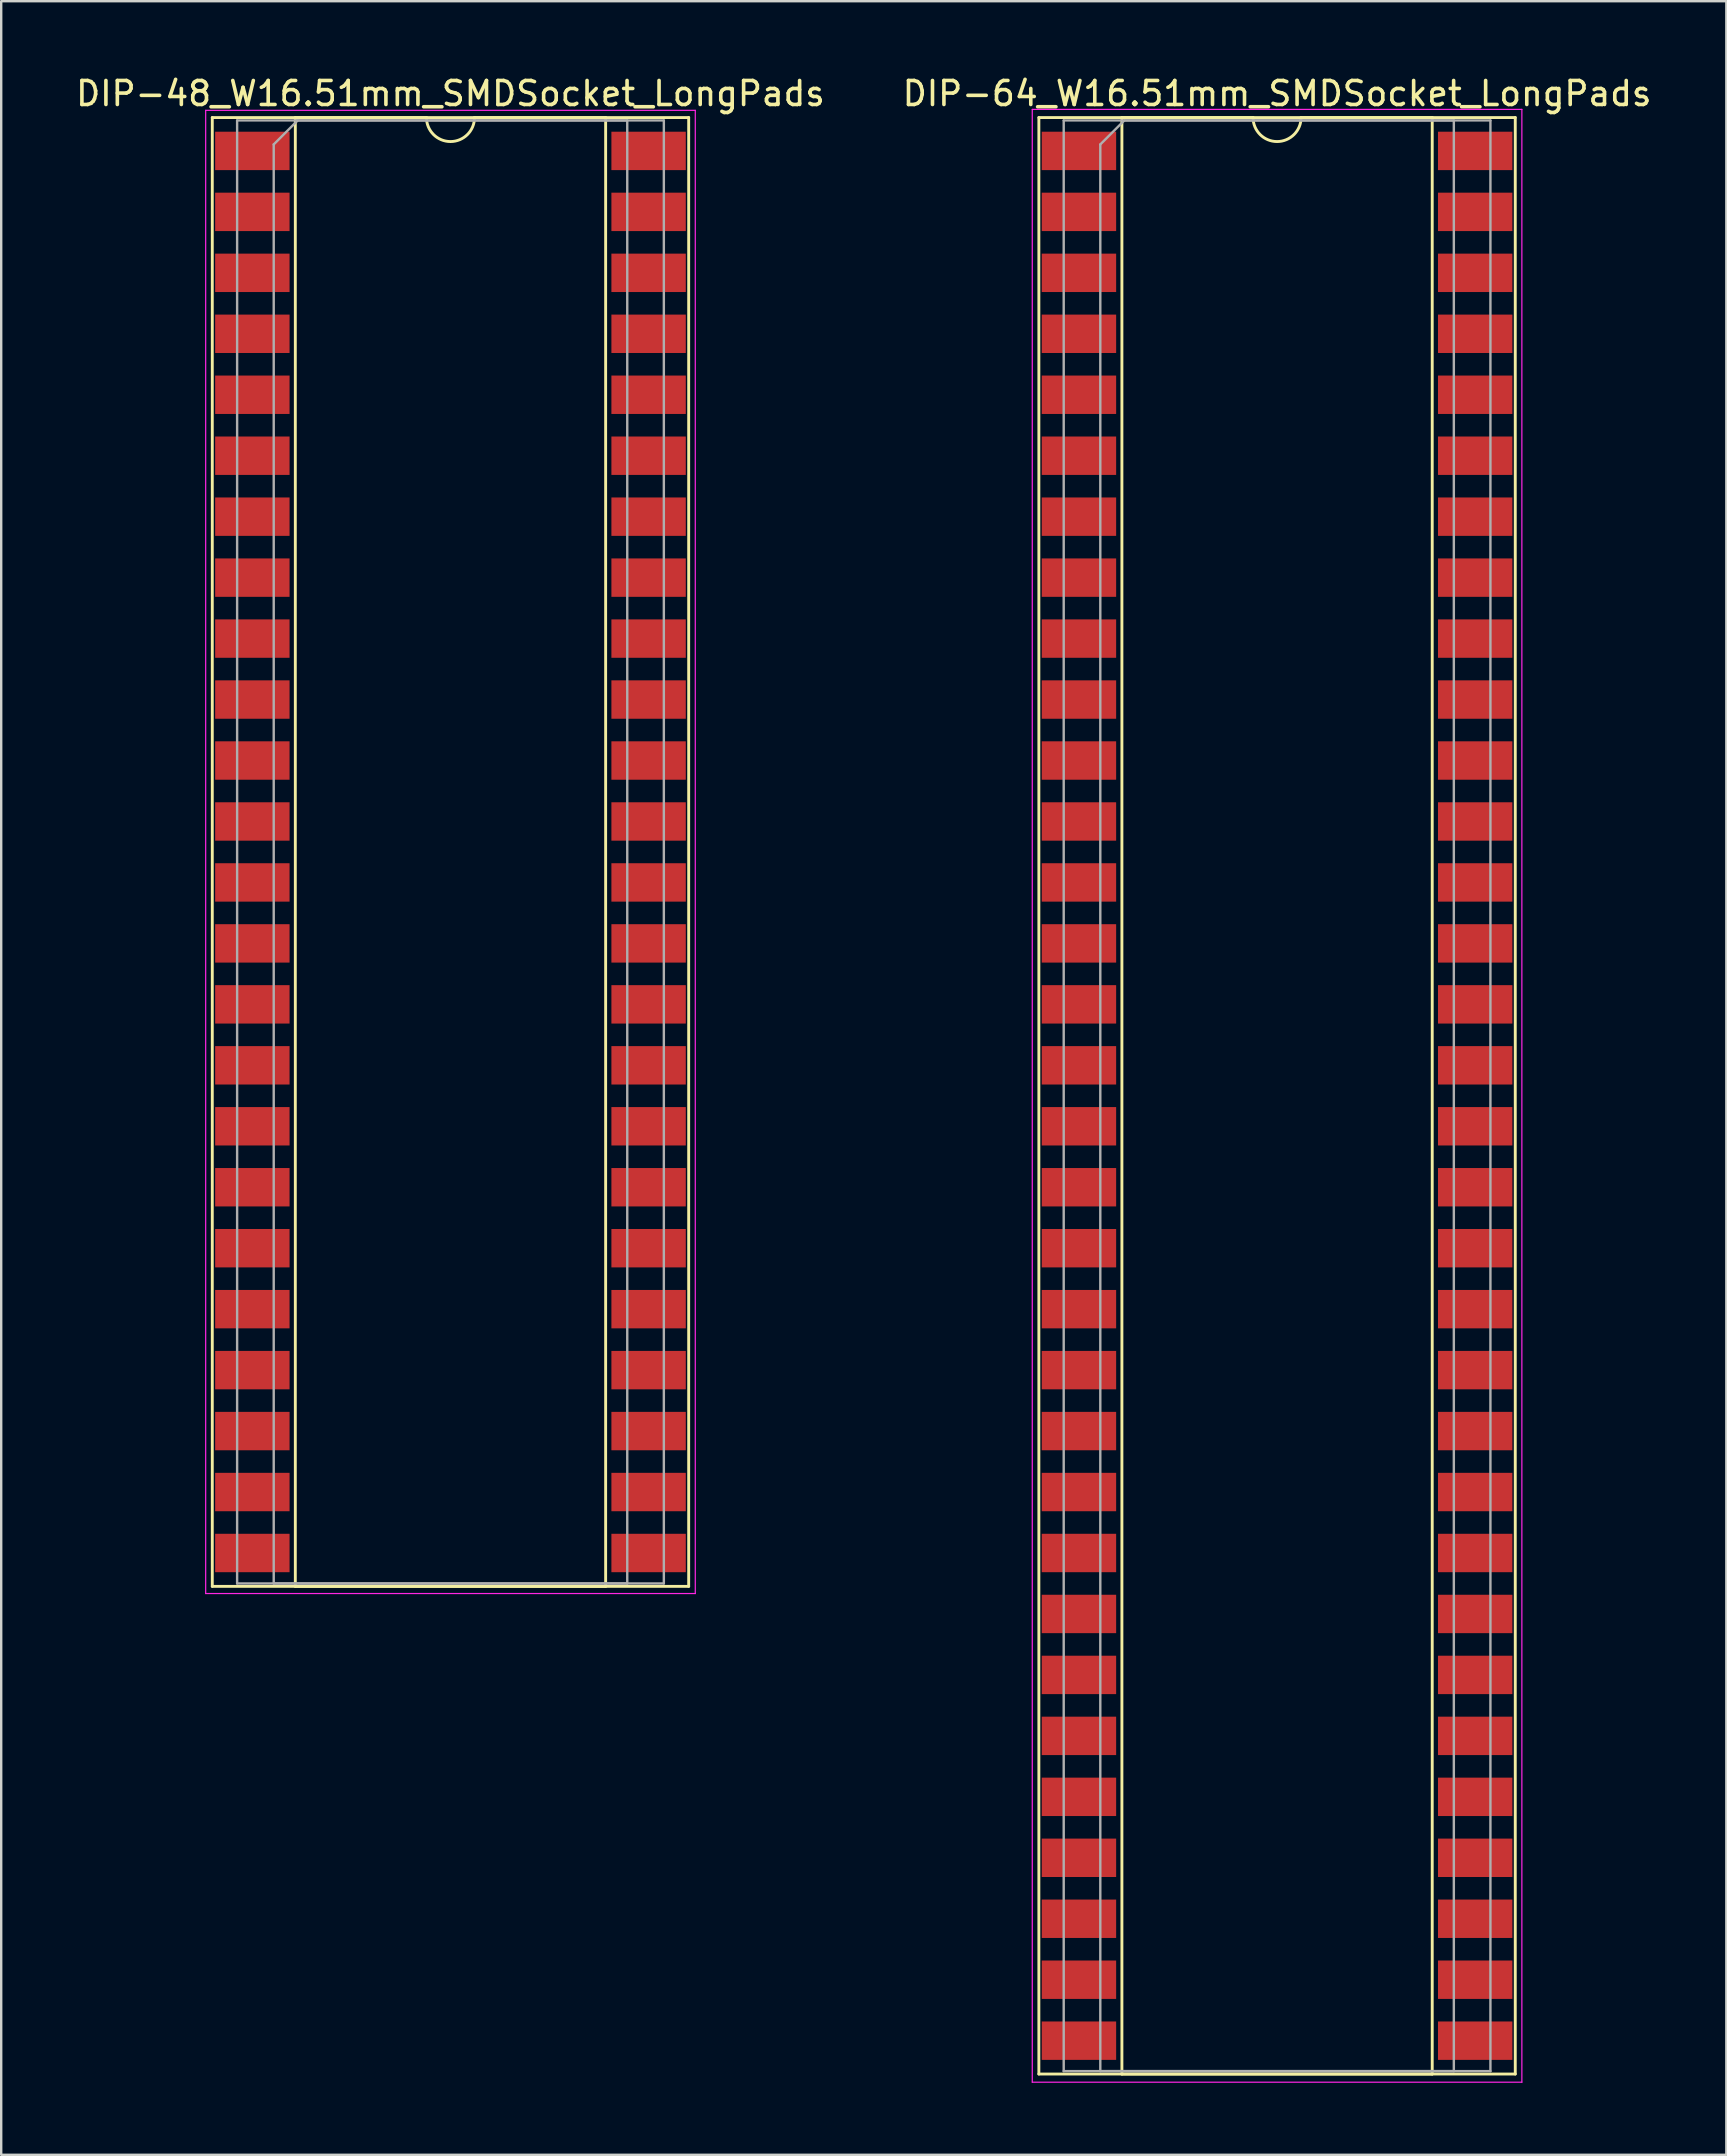
<source format=kicad_pcb>
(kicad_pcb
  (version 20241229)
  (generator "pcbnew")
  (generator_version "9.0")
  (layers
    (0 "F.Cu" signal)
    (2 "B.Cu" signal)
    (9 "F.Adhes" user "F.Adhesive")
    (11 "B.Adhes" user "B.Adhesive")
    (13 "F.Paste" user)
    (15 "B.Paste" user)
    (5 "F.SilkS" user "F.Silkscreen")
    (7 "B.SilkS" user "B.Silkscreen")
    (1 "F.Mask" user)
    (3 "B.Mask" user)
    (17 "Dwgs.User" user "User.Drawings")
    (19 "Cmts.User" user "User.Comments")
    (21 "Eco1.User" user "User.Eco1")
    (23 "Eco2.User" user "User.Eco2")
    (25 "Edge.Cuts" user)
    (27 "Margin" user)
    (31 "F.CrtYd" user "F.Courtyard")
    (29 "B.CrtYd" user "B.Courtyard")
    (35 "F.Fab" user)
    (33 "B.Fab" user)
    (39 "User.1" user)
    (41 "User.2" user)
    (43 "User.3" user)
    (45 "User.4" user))
  (footprint "DIP-48_W16.51mm_SMDSocket_LongPads"
    (layer "F.Cu")
    (at 15.72 32.448)
    (property "Reference" "DIP-48_W16.51mm_SMDSocket_LongPads" (at 0 -31.6 0) (layer "F.SilkS") (effects (font (size 1 1) (thickness 0.15))))
    (attr smd)
    (fp_line (start -9.925 -30.6) (end -9.925 30.6) (stroke (width 0.12) (type solid)) (layer "F.SilkS"))
    (fp_line (start -9.925 30.6) (end 9.925 30.6) (stroke (width 0.12) (type solid)) (layer "F.SilkS"))
    (fp_line (start -6.465 -30.6) (end -6.465 30.6) (stroke (width 0.12) (type solid)) (layer "F.SilkS"))
    (fp_line (start -6.465 30.6) (end 6.465 30.6) (stroke (width 0.12) (type solid)) (layer "F.SilkS"))
    (fp_line (start -1 -30.6) (end -6.465 -30.6) (stroke (width 0.12) (type solid)) (layer "F.SilkS"))
    (fp_line (start 6.465 -30.6) (end 1 -30.6) (stroke (width 0.12) (type solid)) (layer "F.SilkS"))
    (fp_line (start 6.465 30.6) (end 6.465 -30.6) (stroke (width 0.12) (type solid)) (layer "F.SilkS"))
    (fp_line (start 9.925 -30.6) (end -9.925 -30.6) (stroke (width 0.12) (type solid)) (layer "F.SilkS"))
    (fp_line (start 9.925 30.6) (end 9.925 -30.6) (stroke (width 0.12) (type solid)) (layer "F.SilkS"))
    (fp_arc (start 1 -30.6) (mid 0 -29.6) (end -1 -30.6) (stroke (width 0.12) (type solid)) (layer "F.SilkS"))
    (fp_line (start -10.2 -30.9) (end -10.2 30.9) (stroke (width 0.05) (type solid)) (layer "F.CrtYd"))
    (fp_line (start -10.2 30.9) (end 10.2 30.9) (stroke (width 0.05) (type solid)) (layer "F.CrtYd"))
    (fp_line (start 10.2 -30.9) (end -10.2 -30.9) (stroke (width 0.05) (type solid)) (layer "F.CrtYd"))
    (fp_line (start 10.2 30.9) (end 10.2 -30.9) (stroke (width 0.05) (type solid)) (layer "F.CrtYd"))
    (fp_line (start -8.89 -30.48) (end -8.89 30.48) (stroke (width 0.1) (type solid)) (layer "F.Fab"))
    (fp_line (start -8.89 30.48) (end 8.89 30.48) (stroke (width 0.1) (type solid)) (layer "F.Fab"))
    (fp_line (start -7.365 -29.48) (end -6.365 -30.48) (stroke (width 0.1) (type solid)) (layer "F.Fab"))
    (fp_line (start -7.365 30.48) (end -7.365 -29.48) (stroke (width 0.1) (type solid)) (layer "F.Fab"))
    (fp_line (start -6.365 -30.48) (end 7.365 -30.48) (stroke (width 0.1) (type solid)) (layer "F.Fab"))
    (fp_line (start 7.365 -30.48) (end 7.365 30.48) (stroke (width 0.1) (type solid)) (layer "F.Fab"))
    (fp_line (start 7.365 30.48) (end -7.365 30.48) (stroke (width 0.1) (type solid)) (layer "F.Fab"))
    (fp_line (start 8.89 -30.48) (end -8.89 -30.48) (stroke (width 0.1) (type solid)) (layer "F.Fab"))
    (fp_line (start 8.89 30.48) (end 8.89 -30.48) (stroke (width 0.1) (type solid)) (layer "F.Fab"))
    (pad "1" smd rect (at -8.255 -29.21) (size 3.1 1.6) (layers "F.Cu" "F.Mask"))
    (pad "2" smd rect (at -8.255 -26.67) (size 3.1 1.6) (layers "F.Cu" "F.Mask"))
    (pad "3" smd rect (at -8.255 -24.13) (size 3.1 1.6) (layers "F.Cu" "F.Mask"))
    (pad "4" smd rect (at -8.255 -21.59) (size 3.1 1.6) (layers "F.Cu" "F.Mask"))
    (pad "5" smd rect (at -8.255 -19.05) (size 3.1 1.6) (layers "F.Cu" "F.Mask"))
    (pad "6" smd rect (at -8.255 -16.51) (size 3.1 1.6) (layers "F.Cu" "F.Mask"))
    (pad "7" smd rect (at -8.255 -13.97) (size 3.1 1.6) (layers "F.Cu" "F.Mask"))
    (pad "8" smd rect (at -8.255 -11.43) (size 3.1 1.6) (layers "F.Cu" "F.Mask"))
    (pad "9" smd rect (at -8.255 -8.89) (size 3.1 1.6) (layers "F.Cu" "F.Mask"))
    (pad "10" smd rect (at -8.255 -6.35) (size 3.1 1.6) (layers "F.Cu" "F.Mask"))
    (pad "11" smd rect (at -8.255 -3.81) (size 3.1 1.6) (layers "F.Cu" "F.Mask"))
    (pad "12" smd rect (at -8.255 -1.27) (size 3.1 1.6) (layers "F.Cu" "F.Mask"))
    (pad "13" smd rect (at -8.255 1.27) (size 3.1 1.6) (layers "F.Cu" "F.Mask"))
    (pad "14" smd rect (at -8.255 3.81) (size 3.1 1.6) (layers "F.Cu" "F.Mask"))
    (pad "15" smd rect (at -8.255 6.35) (size 3.1 1.6) (layers "F.Cu" "F.Mask"))
    (pad "16" smd rect (at -8.255 8.89) (size 3.1 1.6) (layers "F.Cu" "F.Mask"))
    (pad "17" smd rect (at -8.255 11.43) (size 3.1 1.6) (layers "F.Cu" "F.Mask"))
    (pad "18" smd rect (at -8.255 13.97) (size 3.1 1.6) (layers "F.Cu" "F.Mask"))
    (pad "19" smd rect (at -8.255 16.51) (size 3.1 1.6) (layers "F.Cu" "F.Mask"))
    (pad "20" smd rect (at -8.255 19.05) (size 3.1 1.6) (layers "F.Cu" "F.Mask"))
    (pad "21" smd rect (at -8.255 21.59) (size 3.1 1.6) (layers "F.Cu" "F.Mask"))
    (pad "22" smd rect (at -8.255 24.13) (size 3.1 1.6) (layers "F.Cu" "F.Mask"))
    (pad "23" smd rect (at -8.255 26.67) (size 3.1 1.6) (layers "F.Cu" "F.Mask"))
    (pad "24" smd rect (at -8.255 29.21) (size 3.1 1.6) (layers "F.Cu" "F.Mask"))
    (pad "25" smd rect (at 8.255 29.21) (size 3.1 1.6) (layers "F.Cu" "F.Mask"))
    (pad "26" smd rect (at 8.255 26.67) (size 3.1 1.6) (layers "F.Cu" "F.Mask"))
    (pad "27" smd rect (at 8.255 24.13) (size 3.1 1.6) (layers "F.Cu" "F.Mask"))
    (pad "28" smd rect (at 8.255 21.59) (size 3.1 1.6) (layers "F.Cu" "F.Mask"))
    (pad "29" smd rect (at 8.255 19.05) (size 3.1 1.6) (layers "F.Cu" "F.Mask"))
    (pad "30" smd rect (at 8.255 16.51) (size 3.1 1.6) (layers "F.Cu" "F.Mask"))
    (pad "31" smd rect (at 8.255 13.97) (size 3.1 1.6) (layers "F.Cu" "F.Mask"))
    (pad "32" smd rect (at 8.255 11.43) (size 3.1 1.6) (layers "F.Cu" "F.Mask"))
    (pad "33" smd rect (at 8.255 8.89) (size 3.1 1.6) (layers "F.Cu" "F.Mask"))
    (pad "34" smd rect (at 8.255 6.35) (size 3.1 1.6) (layers "F.Cu" "F.Mask"))
    (pad "35" smd rect (at 8.255 3.81) (size 3.1 1.6) (layers "F.Cu" "F.Mask"))
    (pad "36" smd rect (at 8.255 1.27) (size 3.1 1.6) (layers "F.Cu" "F.Mask"))
    (pad "37" smd rect (at 8.255 -1.27) (size 3.1 1.6) (layers "F.Cu" "F.Mask"))
    (pad "38" smd rect (at 8.255 -3.81) (size 3.1 1.6) (layers "F.Cu" "F.Mask"))
    (pad "39" smd rect (at 8.255 -6.35) (size 3.1 1.6) (layers "F.Cu" "F.Mask"))
    (pad "40" smd rect (at 8.255 -8.89) (size 3.1 1.6) (layers "F.Cu" "F.Mask"))
    (pad "41" smd rect (at 8.255 -11.43) (size 3.1 1.6) (layers "F.Cu" "F.Mask"))
    (pad "42" smd rect (at 8.255 -13.97) (size 3.1 1.6) (layers "F.Cu" "F.Mask"))
    (pad "43" smd rect (at 8.255 -16.51) (size 3.1 1.6) (layers "F.Cu" "F.Mask"))
    (pad "44" smd rect (at 8.255 -19.05) (size 3.1 1.6) (layers "F.Cu" "F.Mask"))
    (pad "45" smd rect (at 8.255 -21.59) (size 3.1 1.6) (layers "F.Cu" "F.Mask"))
    (pad "46" smd rect (at 8.255 -24.13) (size 3.1 1.6) (layers "F.Cu" "F.Mask"))
    (pad "47" smd rect (at 8.255 -26.67) (size 3.1 1.6) (layers "F.Cu" "F.Mask"))
    (pad "48" smd rect (at 8.255 -29.21) (size 3.1 1.6) (layers "F.Cu" "F.Mask")))
  (footprint "DIP-64_W16.51mm_SMDSocket_LongPads"
    (layer "F.Cu")
    (at 50.161 42.608)
    (property "Reference" "DIP-64_W16.51mm_SMDSocket_LongPads" (at 0 -41.76 0) (layer "F.SilkS") (effects (font (size 1 1) (thickness 0.15))))
    (attr smd)
    (fp_line (start -9.925 -40.76) (end -9.925 40.76) (stroke (width 0.12) (type solid)) (layer "F.SilkS"))
    (fp_line (start -9.925 40.76) (end 9.925 40.76) (stroke (width 0.12) (type solid)) (layer "F.SilkS"))
    (fp_line (start -6.465 -40.76) (end -6.465 40.76) (stroke (width 0.12) (type solid)) (layer "F.SilkS"))
    (fp_line (start -6.465 40.76) (end 6.465 40.76) (stroke (width 0.12) (type solid)) (layer "F.SilkS"))
    (fp_line (start -1 -40.76) (end -6.465 -40.76) (stroke (width 0.12) (type solid)) (layer "F.SilkS"))
    (fp_line (start 6.465 -40.76) (end 1 -40.76) (stroke (width 0.12) (type solid)) (layer "F.SilkS"))
    (fp_line (start 6.465 40.76) (end 6.465 -40.76) (stroke (width 0.12) (type solid)) (layer "F.SilkS"))
    (fp_line (start 9.925 -40.76) (end -9.925 -40.76) (stroke (width 0.12) (type solid)) (layer "F.SilkS"))
    (fp_line (start 9.925 40.76) (end 9.925 -40.76) (stroke (width 0.12) (type solid)) (layer "F.SilkS"))
    (fp_arc (start 1 -40.76) (mid 0 -39.76) (end -1 -40.76) (stroke (width 0.12) (type solid)) (layer "F.SilkS"))
    (fp_line (start -10.2 -41.1) (end -10.2 41.1) (stroke (width 0.05) (type solid)) (layer "F.CrtYd"))
    (fp_line (start -10.2 41.1) (end 10.2 41.1) (stroke (width 0.05) (type solid)) (layer "F.CrtYd"))
    (fp_line (start 10.2 -41.1) (end -10.2 -41.1) (stroke (width 0.05) (type solid)) (layer "F.CrtYd"))
    (fp_line (start 10.2 41.1) (end 10.2 -41.1) (stroke (width 0.05) (type solid)) (layer "F.CrtYd"))
    (fp_line (start -8.89 -40.64) (end -8.89 40.64) (stroke (width 0.1) (type solid)) (layer "F.Fab"))
    (fp_line (start -8.89 40.64) (end 8.89 40.64) (stroke (width 0.1) (type solid)) (layer "F.Fab"))
    (fp_line (start -7.365 -39.64) (end -6.365 -40.64) (stroke (width 0.1) (type solid)) (layer "F.Fab"))
    (fp_line (start -7.365 40.64) (end -7.365 -39.64) (stroke (width 0.1) (type solid)) (layer "F.Fab"))
    (fp_line (start -6.365 -40.64) (end 7.365 -40.64) (stroke (width 0.1) (type solid)) (layer "F.Fab"))
    (fp_line (start 7.365 -40.64) (end 7.365 40.64) (stroke (width 0.1) (type solid)) (layer "F.Fab"))
    (fp_line (start 7.365 40.64) (end -7.365 40.64) (stroke (width 0.1) (type solid)) (layer "F.Fab"))
    (fp_line (start 8.89 -40.64) (end -8.89 -40.64) (stroke (width 0.1) (type solid)) (layer "F.Fab"))
    (fp_line (start 8.89 40.64) (end 8.89 -40.64) (stroke (width 0.1) (type solid)) (layer "F.Fab"))
    (pad "1" smd rect (at -8.255 -39.37) (size 3.1 1.6) (layers "F.Cu" "F.Mask"))
    (pad "2" smd rect (at -8.255 -36.83) (size 3.1 1.6) (layers "F.Cu" "F.Mask"))
    (pad "3" smd rect (at -8.255 -34.29) (size 3.1 1.6) (layers "F.Cu" "F.Mask"))
    (pad "4" smd rect (at -8.255 -31.75) (size 3.1 1.6) (layers "F.Cu" "F.Mask"))
    (pad "5" smd rect (at -8.255 -29.21) (size 3.1 1.6) (layers "F.Cu" "F.Mask"))
    (pad "6" smd rect (at -8.255 -26.67) (size 3.1 1.6) (layers "F.Cu" "F.Mask"))
    (pad "7" smd rect (at -8.255 -24.13) (size 3.1 1.6) (layers "F.Cu" "F.Mask"))
    (pad "8" smd rect (at -8.255 -21.59) (size 3.1 1.6) (layers "F.Cu" "F.Mask"))
    (pad "9" smd rect (at -8.255 -19.05) (size 3.1 1.6) (layers "F.Cu" "F.Mask"))
    (pad "10" smd rect (at -8.255 -16.51) (size 3.1 1.6) (layers "F.Cu" "F.Mask"))
    (pad "11" smd rect (at -8.255 -13.97) (size 3.1 1.6) (layers "F.Cu" "F.Mask"))
    (pad "12" smd rect (at -8.255 -11.43) (size 3.1 1.6) (layers "F.Cu" "F.Mask"))
    (pad "13" smd rect (at -8.255 -8.89) (size 3.1 1.6) (layers "F.Cu" "F.Mask"))
    (pad "14" smd rect (at -8.255 -6.35) (size 3.1 1.6) (layers "F.Cu" "F.Mask"))
    (pad "15" smd rect (at -8.255 -3.81) (size 3.1 1.6) (layers "F.Cu" "F.Mask"))
    (pad "16" smd rect (at -8.255 -1.27) (size 3.1 1.6) (layers "F.Cu" "F.Mask"))
    (pad "17" smd rect (at -8.255 1.27) (size 3.1 1.6) (layers "F.Cu" "F.Mask"))
    (pad "18" smd rect (at -8.255 3.81) (size 3.1 1.6) (layers "F.Cu" "F.Mask"))
    (pad "19" smd rect (at -8.255 6.35) (size 3.1 1.6) (layers "F.Cu" "F.Mask"))
    (pad "20" smd rect (at -8.255 8.89) (size 3.1 1.6) (layers "F.Cu" "F.Mask"))
    (pad "21" smd rect (at -8.255 11.43) (size 3.1 1.6) (layers "F.Cu" "F.Mask"))
    (pad "22" smd rect (at -8.255 13.97) (size 3.1 1.6) (layers "F.Cu" "F.Mask"))
    (pad "23" smd rect (at -8.255 16.51) (size 3.1 1.6) (layers "F.Cu" "F.Mask"))
    (pad "24" smd rect (at -8.255 19.05) (size 3.1 1.6) (layers "F.Cu" "F.Mask"))
    (pad "25" smd rect (at -8.255 21.59) (size 3.1 1.6) (layers "F.Cu" "F.Mask"))
    (pad "26" smd rect (at -8.255 24.13) (size 3.1 1.6) (layers "F.Cu" "F.Mask"))
    (pad "27" smd rect (at -8.255 26.67) (size 3.1 1.6) (layers "F.Cu" "F.Mask"))
    (pad "28" smd rect (at -8.255 29.21) (size 3.1 1.6) (layers "F.Cu" "F.Mask"))
    (pad "29" smd rect (at -8.255 31.75) (size 3.1 1.6) (layers "F.Cu" "F.Mask"))
    (pad "30" smd rect (at -8.255 34.29) (size 3.1 1.6) (layers "F.Cu" "F.Mask"))
    (pad "31" smd rect (at -8.255 36.83) (size 3.1 1.6) (layers "F.Cu" "F.Mask"))
    (pad "32" smd rect (at -8.255 39.37) (size 3.1 1.6) (layers "F.Cu" "F.Mask"))
    (pad "33" smd rect (at 8.255 39.37) (size 3.1 1.6) (layers "F.Cu" "F.Mask"))
    (pad "34" smd rect (at 8.255 36.83) (size 3.1 1.6) (layers "F.Cu" "F.Mask"))
    (pad "35" smd rect (at 8.255 34.29) (size 3.1 1.6) (layers "F.Cu" "F.Mask"))
    (pad "36" smd rect (at 8.255 31.75) (size 3.1 1.6) (layers "F.Cu" "F.Mask"))
    (pad "37" smd rect (at 8.255 29.21) (size 3.1 1.6) (layers "F.Cu" "F.Mask"))
    (pad "38" smd rect (at 8.255 26.67) (size 3.1 1.6) (layers "F.Cu" "F.Mask"))
    (pad "39" smd rect (at 8.255 24.13) (size 3.1 1.6) (layers "F.Cu" "F.Mask"))
    (pad "40" smd rect (at 8.255 21.59) (size 3.1 1.6) (layers "F.Cu" "F.Mask"))
    (pad "41" smd rect (at 8.255 19.05) (size 3.1 1.6) (layers "F.Cu" "F.Mask"))
    (pad "42" smd rect (at 8.255 16.51) (size 3.1 1.6) (layers "F.Cu" "F.Mask"))
    (pad "43" smd rect (at 8.255 13.97) (size 3.1 1.6) (layers "F.Cu" "F.Mask"))
    (pad "44" smd rect (at 8.255 11.43) (size 3.1 1.6) (layers "F.Cu" "F.Mask"))
    (pad "45" smd rect (at 8.255 8.89) (size 3.1 1.6) (layers "F.Cu" "F.Mask"))
    (pad "46" smd rect (at 8.255 6.35) (size 3.1 1.6) (layers "F.Cu" "F.Mask"))
    (pad "47" smd rect (at 8.255 3.81) (size 3.1 1.6) (layers "F.Cu" "F.Mask"))
    (pad "48" smd rect (at 8.255 1.27) (size 3.1 1.6) (layers "F.Cu" "F.Mask"))
    (pad "49" smd rect (at 8.255 -1.27) (size 3.1 1.6) (layers "F.Cu" "F.Mask"))
    (pad "50" smd rect (at 8.255 -3.81) (size 3.1 1.6) (layers "F.Cu" "F.Mask"))
    (pad "51" smd rect (at 8.255 -6.35) (size 3.1 1.6) (layers "F.Cu" "F.Mask"))
    (pad "52" smd rect (at 8.255 -8.89) (size 3.1 1.6) (layers "F.Cu" "F.Mask"))
    (pad "53" smd rect (at 8.255 -11.43) (size 3.1 1.6) (layers "F.Cu" "F.Mask"))
    (pad "54" smd rect (at 8.255 -13.97) (size 3.1 1.6) (layers "F.Cu" "F.Mask"))
    (pad "55" smd rect (at 8.255 -16.51) (size 3.1 1.6) (layers "F.Cu" "F.Mask"))
    (pad "56" smd rect (at 8.255 -19.05) (size 3.1 1.6) (layers "F.Cu" "F.Mask"))
    (pad "57" smd rect (at 8.255 -21.59) (size 3.1 1.6) (layers "F.Cu" "F.Mask"))
    (pad "58" smd rect (at 8.255 -24.13) (size 3.1 1.6) (layers "F.Cu" "F.Mask"))
    (pad "59" smd rect (at 8.255 -26.67) (size 3.1 1.6) (layers "F.Cu" "F.Mask"))
    (pad "60" smd rect (at 8.255 -29.21) (size 3.1 1.6) (layers "F.Cu" "F.Mask"))
    (pad "61" smd rect (at 8.255 -31.75) (size 3.1 1.6) (layers "F.Cu" "F.Mask"))
    (pad "62" smd rect (at 8.255 -34.29) (size 3.1 1.6) (layers "F.Cu" "F.Mask"))
    (pad "63" smd rect (at 8.255 -36.83) (size 3.1 1.6) (layers "F.Cu" "F.Mask"))
    (pad "64" smd rect (at 8.255 -39.37) (size 3.1 1.6) (layers "F.Cu" "F.Mask")))
  (gr_rect
    (start -3 -3)
    (end 68.881 86.733)
    (stroke (width 0.1) (type default))
    (fill no)
    (layer "Edge.Cuts")))
</source>
